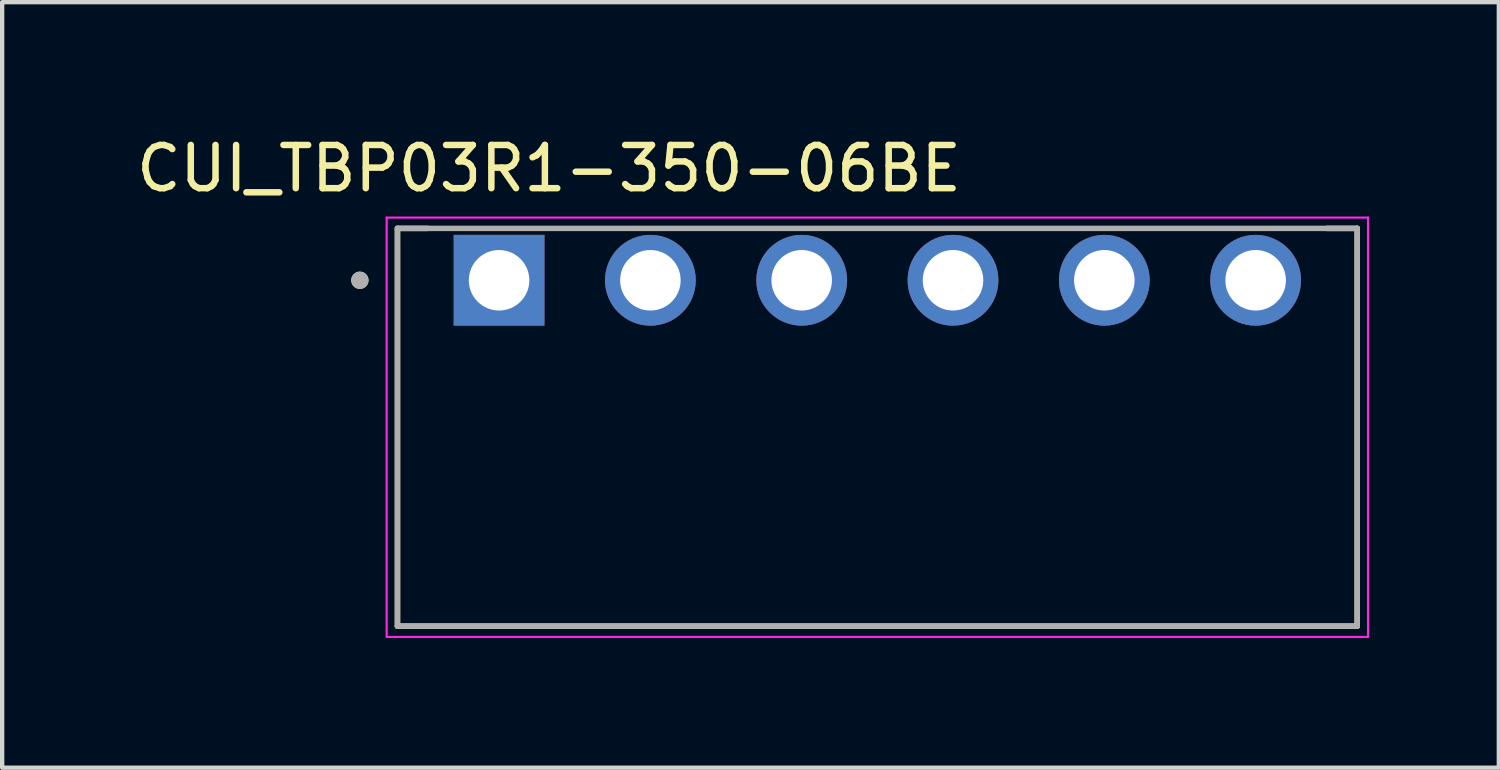
<source format=kicad_pcb>
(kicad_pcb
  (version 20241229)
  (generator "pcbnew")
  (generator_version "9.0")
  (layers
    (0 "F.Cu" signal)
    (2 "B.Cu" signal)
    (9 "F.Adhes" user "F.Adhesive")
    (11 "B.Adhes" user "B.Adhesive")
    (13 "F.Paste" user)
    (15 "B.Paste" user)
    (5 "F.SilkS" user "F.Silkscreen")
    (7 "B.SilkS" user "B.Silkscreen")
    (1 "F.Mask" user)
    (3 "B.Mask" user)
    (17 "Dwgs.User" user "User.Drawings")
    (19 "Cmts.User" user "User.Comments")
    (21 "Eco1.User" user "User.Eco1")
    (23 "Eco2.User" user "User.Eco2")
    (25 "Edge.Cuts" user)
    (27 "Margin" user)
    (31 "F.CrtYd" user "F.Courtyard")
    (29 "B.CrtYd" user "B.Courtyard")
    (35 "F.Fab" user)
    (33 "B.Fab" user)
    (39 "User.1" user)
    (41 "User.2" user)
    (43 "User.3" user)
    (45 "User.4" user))
  (footprint "CUI_TBP03R1-350-06BE"
    (layer "F.Cu")
    (at 8.494 3.433)
    (property "Reference" "CUI_TBP03R1-350-06BE" (at 1.155 -2.585 0) (layer "F.SilkS") (effects (font (size 1 1) (thickness 0.15))))
    (attr through_hole)
    (fp_line (start -2.35 -1.2) (end -2.35 8) (stroke (width 0.127) (type solid)) (layer "F.SilkS"))
    (fp_line (start -2.35 -1.2) (end -1.65 -1.2) (stroke (width 0.127) (type solid)) (layer "F.SilkS"))
    (fp_line (start -2.35 8) (end 19.85 8) (stroke (width 0.127) (type solid)) (layer "F.SilkS"))
    (fp_line (start 19.15 -1.2) (end 19.85 -1.2) (stroke (width 0.127) (type solid)) (layer "F.SilkS"))
    (fp_line (start 19.85 8) (end 19.85 -1.2) (stroke (width 0.127) (type solid)) (layer "F.SilkS"))
    (fp_circle (center -3.22 0) (end -3.12 0) (stroke (width 0.2) (type solid)) (fill no) (layer "F.SilkS"))
    (fp_line (start -2.6 -1.45) (end -2.6 8.25) (stroke (width 0.05) (type solid)) (layer "F.CrtYd"))
    (fp_line (start -2.6 8.25) (end 20.1 8.25) (stroke (width 0.05) (type solid)) (layer "F.CrtYd"))
    (fp_line (start 20.1 -1.45) (end -2.6 -1.45) (stroke (width 0.05) (type solid)) (layer "F.CrtYd"))
    (fp_line (start 20.1 8.25) (end 20.1 -1.45) (stroke (width 0.05) (type solid)) (layer "F.CrtYd"))
    (fp_line (start -2.35 -1.2) (end -2.35 8) (stroke (width 0.127) (type solid)) (layer "F.Fab"))
    (fp_line (start -2.35 8) (end 19.85 8) (stroke (width 0.127) (type solid)) (layer "F.Fab"))
    (fp_line (start 19.85 -1.2) (end -2.35 -1.2) (stroke (width 0.127) (type solid)) (layer "F.Fab"))
    (fp_line (start 19.85 8) (end 19.85 -1.2) (stroke (width 0.127) (type solid)) (layer "F.Fab"))
    (fp_circle (center -3.22 0) (end -3.12 0) (stroke (width 0.2) (type solid)) (fill no) (layer "F.Fab"))
    (pad "1" thru_hole rect (at 0 0) (size 2.1 2.1) (drill 1.4) (layers "*.Cu" "*.Mask"))
    (pad "2" thru_hole circle (at 3.5 0) (size 2.1 2.1) (drill 1.4) (layers "*.Cu" "*.Mask"))
    (pad "3" thru_hole circle (at 7 0) (size 2.1 2.1) (drill 1.4) (layers "*.Cu" "*.Mask"))
    (pad "4" thru_hole circle (at 10.5 0) (size 2.1 2.1) (drill 1.4) (layers "*.Cu" "*.Mask"))
    (pad "5" thru_hole circle (at 14 0) (size 2.1 2.1) (drill 1.4) (layers "*.Cu" "*.Mask"))
    (pad "6" thru_hole circle (at 17.5 0) (size 2.1 2.1) (drill 1.4) (layers "*.Cu" "*.Mask")))
  (gr_rect
    (start -3 -3)
    (end 31.619 14.708)
    (stroke (width 0.1) (type default))
    (fill no)
    (layer "Edge.Cuts")))
</source>
